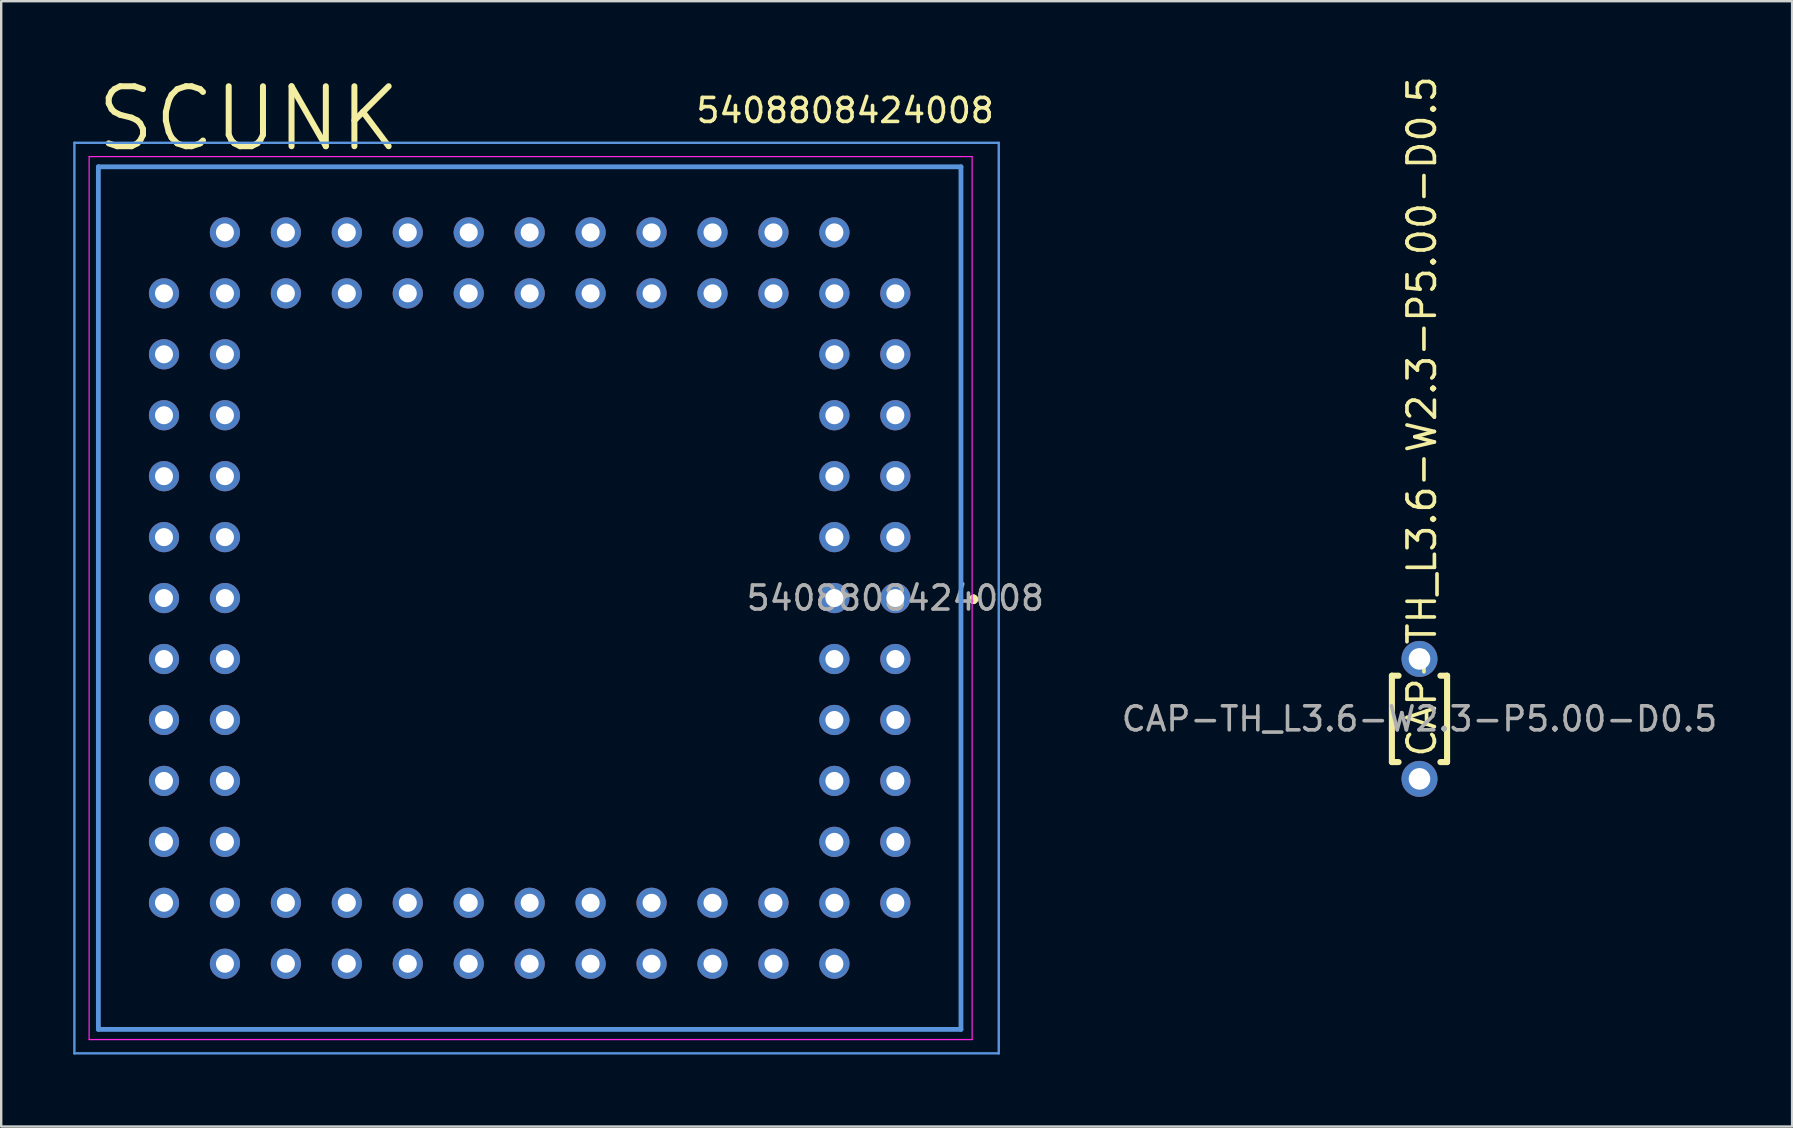
<source format=kicad_pcb>
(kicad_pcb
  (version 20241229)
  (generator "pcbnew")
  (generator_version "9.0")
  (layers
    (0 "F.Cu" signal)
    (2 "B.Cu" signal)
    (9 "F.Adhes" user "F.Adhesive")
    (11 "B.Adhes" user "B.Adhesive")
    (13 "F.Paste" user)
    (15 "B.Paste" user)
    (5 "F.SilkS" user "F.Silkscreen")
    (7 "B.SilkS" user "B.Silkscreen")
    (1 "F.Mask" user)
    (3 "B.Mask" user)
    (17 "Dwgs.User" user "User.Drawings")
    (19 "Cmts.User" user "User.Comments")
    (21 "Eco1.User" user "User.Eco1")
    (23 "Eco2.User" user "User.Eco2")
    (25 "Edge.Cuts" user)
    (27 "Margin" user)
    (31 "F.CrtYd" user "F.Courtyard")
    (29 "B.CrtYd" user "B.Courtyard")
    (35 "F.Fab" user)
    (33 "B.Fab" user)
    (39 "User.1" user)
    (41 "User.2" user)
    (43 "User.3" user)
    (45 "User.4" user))
  (footprint "5408808424008"
    (layer "F.Cu")
    (at 34.265 21.876)
    (property "Reference" "5408808424008" (at -8.382 -20.32 0) (layer "F.SilkS") (effects (font (size 1 1) (thickness 0.15)) (justify left)))
    (attr through_hole)
    (fp_line (start -33.215 -17.975) (end 2.735 -17.975) (stroke (width 0.1) (type solid)) (layer "F.SilkS"))
    (fp_line (start -33.215 17.975) (end -33.215 -17.975) (stroke (width 0.1) (type solid)) (layer "F.SilkS"))
    (fp_line (start 2.735 -17.975) (end 2.735 17.975) (stroke (width 0.1) (type solid)) (layer "F.SilkS"))
    (fp_line (start 2.735 17.975) (end -33.215 17.975) (stroke (width 0.1) (type solid)) (layer "F.SilkS"))
    (fp_arc (start 3.26009 0) (mid 3.310128 0.050038) (end 3.26009 0.100076) (stroke (width 0.299974) (type solid)) (layer "F.SilkS"))
    (fp_arc (start 3.26009 0.100076) (mid 3.210052 0.050038) (end 3.26009 0) (stroke (width 0.299974) (type solid)) (layer "F.SilkS"))
    (fp_line (start -34.215 -18.975) (end 4.31 -18.975) (stroke (width 0.1) (type solid)) (layer "Cmts.User"))
    (fp_line (start -34.215 18.975) (end -34.215 -18.975) (stroke (width 0.1) (type solid)) (layer "Cmts.User"))
    (fp_line (start -33.215 -17.975) (end 2.735 -17.975) (stroke (width 0.2) (type solid)) (layer "Cmts.User"))
    (fp_line (start -33.215 17.975) (end -33.215 -17.975) (stroke (width 0.2) (type solid)) (layer "Cmts.User"))
    (fp_line (start 2.735 -17.975) (end 2.735 17.975) (stroke (width 0.2) (type solid)) (layer "Cmts.User"))
    (fp_line (start 2.735 17.975) (end -33.215 17.975) (stroke (width 0.2) (type solid)) (layer "Cmts.User"))
    (fp_line (start 4.31 -18.975) (end 4.31 18.975) (stroke (width 0.1) (type solid)) (layer "Cmts.User"))
    (fp_line (start 4.31 18.975) (end -34.215 18.975) (stroke (width 0.1) (type solid)) (layer "Cmts.User"))
    (fp_line (start -33.6 -18.4) (end 3.2 -18.4) (stroke (width 0.05) (type solid)) (layer "F.CrtYd"))
    (fp_line (start -33.6 18.4) (end -33.6 -18.4) (stroke (width 0.05) (type solid)) (layer "F.CrtYd"))
    (fp_line (start 3.2 -18.4) (end 3.2 18.4) (stroke (width 0.05) (type solid)) (layer "F.CrtYd"))
    (fp_line (start 3.2 18.4) (end -33.6 18.4) (stroke (width 0.05) (type solid)) (layer "F.CrtYd"))
    (fp_text user "SCUNK" (at -26.95 -19.975 0) (layer "F.SilkS") (effects (font (size 2.5 2.5) (thickness 0.25))))
    (fp_text user "${REFERENCE}" (at 0 0 0) (layer "F.Fab") (effects (font (size 1 1) (thickness 0.15))))
    (pad "1" thru_hole circle (at 0.000051 0.000025 90) (size 1.258 1.258) (drill oval 0.75 0.75) (layers "*.Cu" "*.Mask"))
    (pad "2" thru_hole circle (at -2.54 0.000025 90) (size 1.258 1.258) (drill oval 0.75 0.75) (layers "*.Cu" "*.Mask"))
    (pad "3" thru_hole circle (at 0.000051 -2.54 90) (size 1.258 1.258) (drill oval 0.75 0.75) (layers "*.Cu" "*.Mask"))
    (pad "4" thru_hole circle (at -2.54 -2.54 90) (size 1.258 1.258) (drill oval 0.75 0.75) (layers "*.Cu" "*.Mask"))
    (pad "5" thru_hole circle (at 0.000051 -5.08 90) (size 1.258 1.258) (drill oval 0.75 0.75) (layers "*.Cu" "*.Mask"))
    (pad "6" thru_hole circle (at -2.54 -5.08 90) (size 1.258 1.258) (drill oval 0.75 0.75) (layers "*.Cu" "*.Mask"))
    (pad "7" thru_hole circle (at 0.000051 -7.62 90) (size 1.258 1.258) (drill oval 0.75 0.75) (layers "*.Cu" "*.Mask"))
    (pad "8" thru_hole circle (at -2.54 -7.62 90) (size 1.258 1.258) (drill oval 0.75 0.75) (layers "*.Cu" "*.Mask"))
    (pad "9" thru_hole circle (at 0.000051 -10.16 90) (size 1.258 1.258) (drill oval 0.75 0.75) (layers "*.Cu" "*.Mask"))
    (pad "10" thru_hole circle (at -2.54 -10.16 90) (size 1.258 1.258) (drill oval 0.75 0.75) (layers "*.Cu" "*.Mask"))
    (pad "11" thru_hole circle (at 0.000051 -12.7 90) (size 1.258 1.258) (drill oval 0.75 0.75) (layers "*.Cu" "*.Mask"))
    (pad "12" thru_hole circle (at -2.54 -15.24 90) (size 1.258 1.258) (drill oval 0.75 0.75) (layers "*.Cu" "*.Mask"))
    (pad "13" thru_hole circle (at -2.54 -12.7 90) (size 1.258 1.258) (drill oval 0.75 0.75) (layers "*.Cu" "*.Mask"))
    (pad "14" thru_hole circle (at -5.08 -15.24 90) (size 1.258 1.258) (drill oval 0.75 0.75) (layers "*.Cu" "*.Mask"))
    (pad "15" thru_hole circle (at -5.08 -12.7 90) (size 1.258 1.258) (drill oval 0.75 0.75) (layers "*.Cu" "*.Mask"))
    (pad "16" thru_hole circle (at -7.62 -15.24 90) (size 1.258 1.258) (drill oval 0.75 0.75) (layers "*.Cu" "*.Mask"))
    (pad "17" thru_hole circle (at -7.62 -12.7 90) (size 1.258 1.258) (drill oval 0.75 0.75) (layers "*.Cu" "*.Mask"))
    (pad "18" thru_hole circle (at -10.16 -15.24 90) (size 1.258 1.258) (drill oval 0.75 0.75) (layers "*.Cu" "*.Mask"))
    (pad "19" thru_hole circle (at -10.16 -12.7 90) (size 1.258 1.258) (drill oval 0.75 0.75) (layers "*.Cu" "*.Mask"))
    (pad "20" thru_hole circle (at -12.7 -15.24 90) (size 1.258 1.258) (drill oval 0.75 0.75) (layers "*.Cu" "*.Mask"))
    (pad "21" thru_hole circle (at -12.7 -12.7 90) (size 1.258 1.258) (drill oval 0.75 0.75) (layers "*.Cu" "*.Mask"))
    (pad "22" thru_hole circle (at -15.24 -15.24 90) (size 1.258 1.258) (drill oval 0.75 0.75) (layers "*.Cu" "*.Mask"))
    (pad "23" thru_hole circle (at -15.24 -12.7 90) (size 1.258 1.258) (drill oval 0.75 0.75) (layers "*.Cu" "*.Mask"))
    (pad "24" thru_hole circle (at -17.78 -15.24 90) (size 1.258 1.258) (drill oval 0.75 0.75) (layers "*.Cu" "*.Mask"))
    (pad "25" thru_hole circle (at -17.78 -12.7 90) (size 1.258 1.258) (drill oval 0.75 0.75) (layers "*.Cu" "*.Mask"))
    (pad "26" thru_hole circle (at -20.32 -15.24 90) (size 1.258 1.258) (drill oval 0.75 0.75) (layers "*.Cu" "*.Mask"))
    (pad "27" thru_hole circle (at -20.32 -12.7 90) (size 1.258 1.258) (drill oval 0.75 0.75) (layers "*.Cu" "*.Mask"))
    (pad "28" thru_hole circle (at -22.86 -15.24 90) (size 1.258 1.258) (drill oval 0.75 0.75) (layers "*.Cu" "*.Mask"))
    (pad "29" thru_hole circle (at -22.86 -12.7 90) (size 1.258 1.258) (drill oval 0.75 0.75) (layers "*.Cu" "*.Mask"))
    (pad "30" thru_hole circle (at -25.4 -15.24 90) (size 1.258 1.258) (drill oval 0.75 0.75) (layers "*.Cu" "*.Mask"))
    (pad "31" thru_hole circle (at -25.4 -12.7 90) (size 1.258 1.258) (drill oval 0.75 0.75) (layers "*.Cu" "*.Mask"))
    (pad "32" thru_hole circle (at -27.94 -15.24 90) (size 1.258 1.258) (drill oval 0.75 0.75) (layers "*.Cu" "*.Mask"))
    (pad "33" thru_hole circle (at -30.48 -12.7 90) (size 1.258 1.258) (drill oval 0.75 0.75) (layers "*.Cu" "*.Mask"))
    (pad "34" thru_hole circle (at -27.94 -12.7 90) (size 1.258 1.258) (drill oval 0.75 0.75) (layers "*.Cu" "*.Mask"))
    (pad "35" thru_hole circle (at -30.48 -10.16 90) (size 1.258 1.258) (drill oval 0.75 0.75) (layers "*.Cu" "*.Mask"))
    (pad "36" thru_hole circle (at -27.94 -10.16 90) (size 1.258 1.258) (drill oval 0.75 0.75) (layers "*.Cu" "*.Mask"))
    (pad "37" thru_hole circle (at -30.48 -7.62 90) (size 1.258 1.258) (drill oval 0.75 0.75) (layers "*.Cu" "*.Mask"))
    (pad "38" thru_hole circle (at -27.94 -7.62 90) (size 1.258 1.258) (drill oval 0.75 0.75) (layers "*.Cu" "*.Mask"))
    (pad "39" thru_hole circle (at -30.48 -5.08 90) (size 1.258 1.258) (drill oval 0.75 0.75) (layers "*.Cu" "*.Mask"))
    (pad "40" thru_hole circle (at -27.94 -5.08 90) (size 1.258 1.258) (drill oval 0.75 0.75) (layers "*.Cu" "*.Mask"))
    (pad "41" thru_hole circle (at -30.48 -2.54 90) (size 1.258 1.258) (drill oval 0.75 0.75) (layers "*.Cu" "*.Mask"))
    (pad "42" thru_hole circle (at -27.94 -2.54 90) (size 1.258 1.258) (drill oval 0.75 0.75) (layers "*.Cu" "*.Mask"))
    (pad "43" thru_hole circle (at -30.48 0.000025 90) (size 1.258 1.258) (drill oval 0.75 0.75) (layers "*.Cu" "*.Mask"))
    (pad "44" thru_hole circle (at -27.94 0.000025 90) (size 1.258 1.258) (drill oval 0.75 0.75) (layers "*.Cu" "*.Mask"))
    (pad "45" thru_hole circle (at -30.48 2.54 90) (size 1.258 1.258) (drill oval 0.75 0.75) (layers "*.Cu" "*.Mask"))
    (pad "46" thru_hole circle (at -27.94 2.54 90) (size 1.258 1.258) (drill oval 0.75 0.75) (layers "*.Cu" "*.Mask"))
    (pad "47" thru_hole circle (at -30.48 5.08 90) (size 1.258 1.258) (drill oval 0.75 0.75) (layers "*.Cu" "*.Mask"))
    (pad "48" thru_hole circle (at -27.94 5.08 90) (size 1.258 1.258) (drill oval 0.75 0.75) (layers "*.Cu" "*.Mask"))
    (pad "49" thru_hole circle (at -30.48 7.62 90) (size 1.258 1.258) (drill oval 0.75 0.75) (layers "*.Cu" "*.Mask"))
    (pad "50" thru_hole circle (at -27.94 7.62 90) (size 1.258 1.258) (drill oval 0.75 0.75) (layers "*.Cu" "*.Mask"))
    (pad "51" thru_hole circle (at -30.48 10.16 90) (size 1.258 1.258) (drill oval 0.75 0.75) (layers "*.Cu" "*.Mask"))
    (pad "52" thru_hole circle (at -27.94 10.16 90) (size 1.258 1.258) (drill oval 0.75 0.75) (layers "*.Cu" "*.Mask"))
    (pad "53" thru_hole circle (at -30.48 12.7 90) (size 1.258 1.258) (drill oval 0.75 0.75) (layers "*.Cu" "*.Mask"))
    (pad "54" thru_hole circle (at -27.94 15.24 90) (size 1.258 1.258) (drill oval 0.75 0.75) (layers "*.Cu" "*.Mask"))
    (pad "55" thru_hole circle (at -27.94 12.7 90) (size 1.258 1.258) (drill oval 0.75 0.75) (layers "*.Cu" "*.Mask"))
    (pad "56" thru_hole circle (at -25.4 15.24 90) (size 1.258 1.258) (drill oval 0.75 0.75) (layers "*.Cu" "*.Mask"))
    (pad "57" thru_hole circle (at -25.4 12.7 90) (size 1.258 1.258) (drill oval 0.75 0.75) (layers "*.Cu" "*.Mask"))
    (pad "58" thru_hole circle (at -22.86 15.24 90) (size 1.258 1.258) (drill oval 0.75 0.75) (layers "*.Cu" "*.Mask"))
    (pad "59" thru_hole circle (at -22.86 12.7 90) (size 1.258 1.258) (drill oval 0.75 0.75) (layers "*.Cu" "*.Mask"))
    (pad "60" thru_hole circle (at -20.32 15.24 90) (size 1.258 1.258) (drill oval 0.75 0.75) (layers "*.Cu" "*.Mask"))
    (pad "61" thru_hole circle (at -20.32 12.7 90) (size 1.258 1.258) (drill oval 0.75 0.75) (layers "*.Cu" "*.Mask"))
    (pad "62" thru_hole circle (at -17.78 15.24 90) (size 1.258 1.258) (drill oval 0.75 0.75) (layers "*.Cu" "*.Mask"))
    (pad "63" thru_hole circle (at -17.78 12.7 90) (size 1.258 1.258) (drill oval 0.75 0.75) (layers "*.Cu" "*.Mask"))
    (pad "64" thru_hole circle (at -15.24 15.24 90) (size 1.258 1.258) (drill oval 0.75 0.75) (layers "*.Cu" "*.Mask"))
    (pad "65" thru_hole circle (at -15.24 12.7 90) (size 1.258 1.258) (drill oval 0.75 0.75) (layers "*.Cu" "*.Mask"))
    (pad "66" thru_hole circle (at -12.7 15.24 90) (size 1.258 1.258) (drill oval 0.75 0.75) (layers "*.Cu" "*.Mask"))
    (pad "67" thru_hole circle (at -12.7 12.7 90) (size 1.258 1.258) (drill oval 0.75 0.75) (layers "*.Cu" "*.Mask"))
    (pad "68" thru_hole circle (at -10.16 15.24 90) (size 1.258 1.258) (drill oval 0.75 0.75) (layers "*.Cu" "*.Mask"))
    (pad "69" thru_hole circle (at -10.16 12.7 90) (size 1.258 1.258) (drill oval 0.75 0.75) (layers "*.Cu" "*.Mask"))
    (pad "70" thru_hole circle (at -7.62 15.24 90) (size 1.258 1.258) (drill oval 0.75 0.75) (layers "*.Cu" "*.Mask"))
    (pad "71" thru_hole circle (at -7.62 12.7 90) (size 1.258 1.258) (drill oval 0.75 0.75) (layers "*.Cu" "*.Mask"))
    (pad "72" thru_hole circle (at -5.08 15.24 90) (size 1.258 1.258) (drill oval 0.75 0.75) (layers "*.Cu" "*.Mask"))
    (pad "73" thru_hole circle (at -5.08 12.7 90) (size 1.258 1.258) (drill oval 0.75 0.75) (layers "*.Cu" "*.Mask"))
    (pad "74" thru_hole circle (at -2.54 15.24 90) (size 1.258 1.258) (drill oval 0.75 0.75) (layers "*.Cu" "*.Mask"))
    (pad "75" thru_hole circle (at 0.000051 12.7 90) (size 1.258 1.258) (drill oval 0.75 0.75) (layers "*.Cu" "*.Mask"))
    (pad "76" thru_hole circle (at -2.54 12.7 90) (size 1.258 1.258) (drill oval 0.75 0.75) (layers "*.Cu" "*.Mask"))
    (pad "77" thru_hole circle (at 0.000051 10.16 90) (size 1.258 1.258) (drill oval 0.75 0.75) (layers "*.Cu" "*.Mask"))
    (pad "78" thru_hole circle (at -2.54 10.16 90) (size 1.258 1.258) (drill oval 0.75 0.75) (layers "*.Cu" "*.Mask"))
    (pad "79" thru_hole circle (at 0.000051 7.62 90) (size 1.258 1.258) (drill oval 0.75 0.75) (layers "*.Cu" "*.Mask"))
    (pad "80" thru_hole circle (at -2.54 7.62 90) (size 1.258 1.258) (drill oval 0.75 0.75) (layers "*.Cu" "*.Mask"))
    (pad "81" thru_hole circle (at 0.000051 5.08 90) (size 1.258 1.258) (drill oval 0.75 0.75) (layers "*.Cu" "*.Mask"))
    (pad "82" thru_hole circle (at -2.54 5.08 90) (size 1.258 1.258) (drill oval 0.75 0.75) (layers "*.Cu" "*.Mask"))
    (pad "83" thru_hole circle (at 0.000051 2.54 90) (size 1.258 1.258) (drill oval 0.75 0.75) (layers "*.Cu" "*.Mask"))
    (pad "84" thru_hole circle (at -2.54 2.54 90) (size 1.258 1.258) (drill oval 0.75 0.75) (layers "*.Cu" "*.Mask")))
  (footprint "CAP-TH_L3.6-W2.3-P5.00-D0.5"
    (layer "F.Cu")
    (at 56.11 26.911)
    (property "Reference" "CAP-TH_L3.6-W2.3-P5.00-D0.5" (at 0.1 1.675 90) (layer "F.SilkS") (effects (font (size 1.143 1.143) (thickness 0.152)) (justify left)))
    (attr through_hole)
    (fp_line (start -1.15 -1.8) (end -1.15 1.8) (stroke (width 0.254) (type solid)) (layer "F.SilkS"))
    (fp_line (start -0.872 1.8) (end -1.15 1.8) (stroke (width 0.254) (type solid)) (layer "F.SilkS"))
    (fp_line (start -0.872 -1.8) (end -1.15 -1.8) (stroke (width 0.254) (type solid)) (layer "F.SilkS"))
    (fp_line (start 1.15 -1.8) (end 0.872 -1.8) (stroke (width 0.254) (type solid)) (layer "F.SilkS"))
    (fp_line (start 1.15 -1.8) (end 1.15 1.8) (stroke (width 0.254) (type solid)) (layer "F.SilkS"))
    (fp_line (start 1.15 1.8) (end 0.872 1.8) (stroke (width 0.254) (type solid)) (layer "F.SilkS"))
    (fp_text user "${REFERENCE}" (at 0 0 0) (layer "F.Fab") (effects (font (size 1 1) (thickness 0.15))))
    (pad "1" thru_hole circle (at 0 -2.5 270) (size 1.5 1.5) (drill 0.9) (layers "*.Cu" "*.Mask"))
    (pad "2" thru_hole circle (at 0 2.5 270) (size 1.5 1.5) (drill 0.9) (layers "*.Cu" "*.Mask")))
  (gr_rect
    (start -3 -3)
    (end 71.64 43.901)
    (stroke (width 0.1) (type default))
    (fill no)
    (layer "Edge.Cuts")))
</source>
